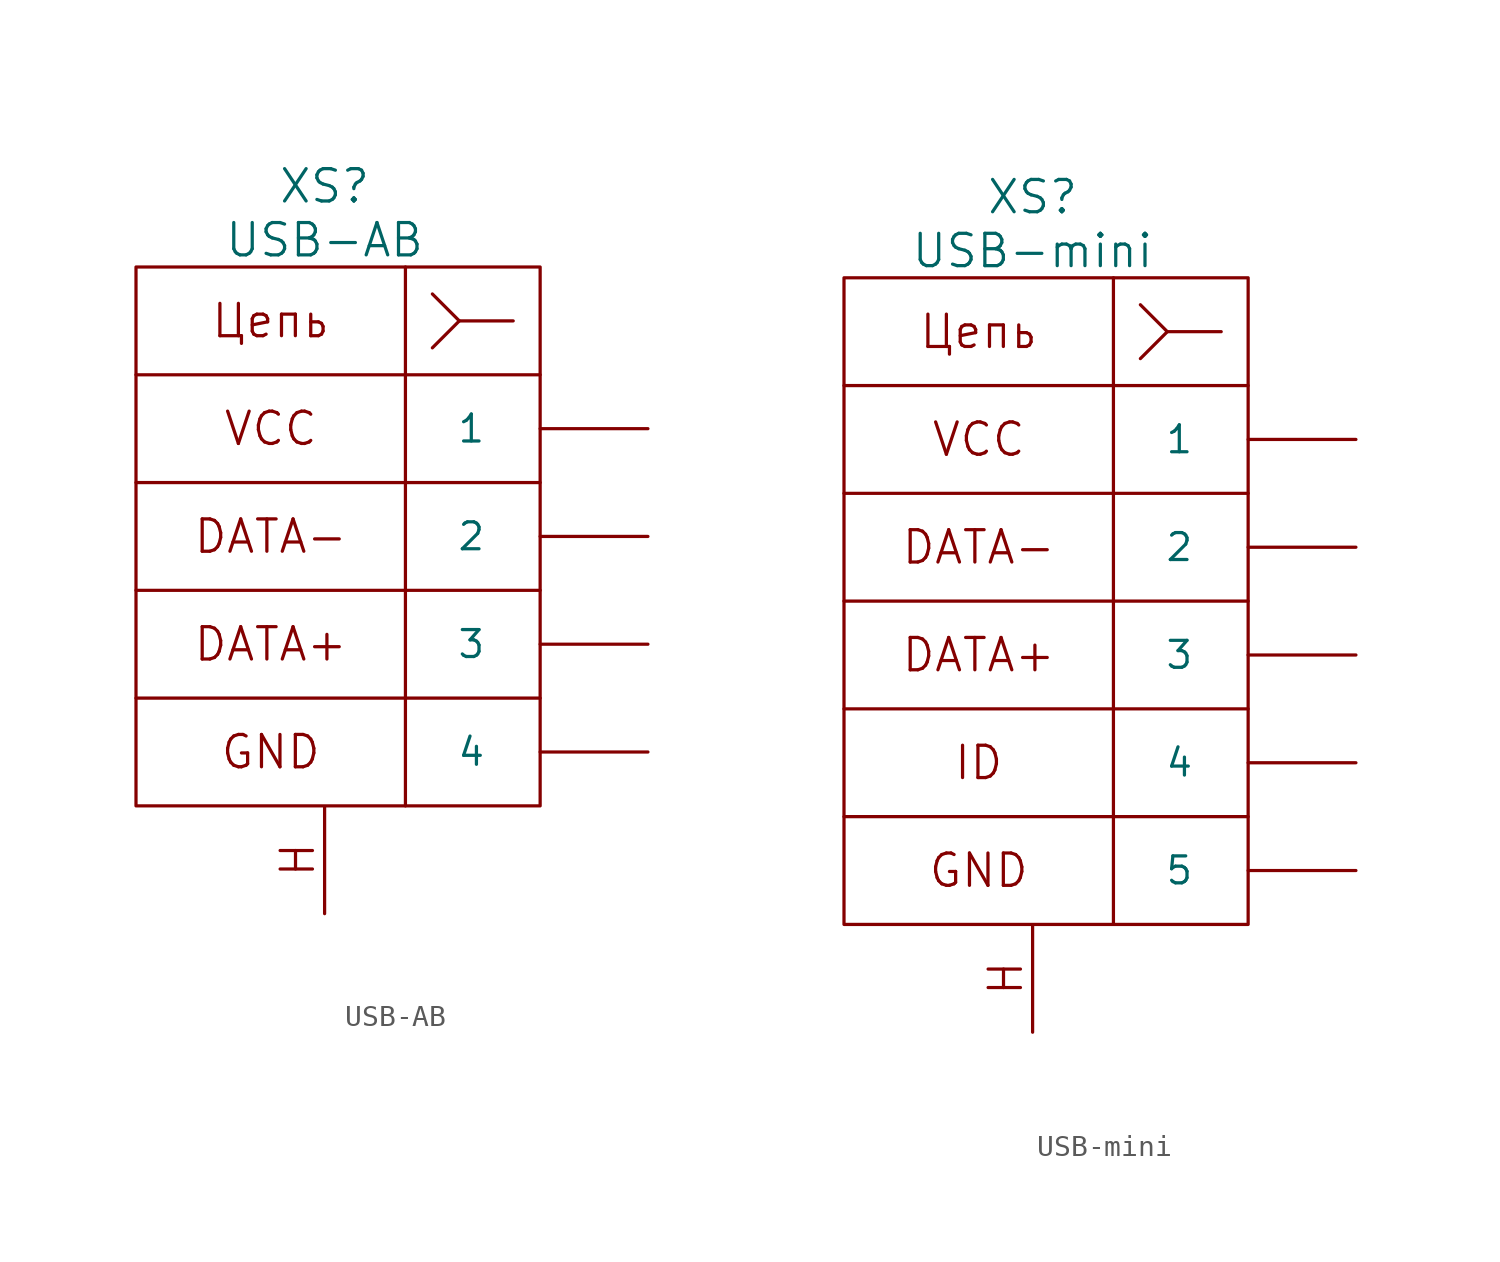
<source format=kicad_sym>
(kicad_symbol_lib
  (version 20220914)
  (generator kicad_symbol_editor)
  (symbol "USB-AB"
    (pin_numbers hide)
    (pin_names
      (offset 2.54))
    (property "Reference" "XS"
      (at 0 16.51 0)
      (do_not_autoplace)
      (effects (font (size 1.524 1.524))))
    (property "Value" "USB-AB"
      (at 0 13.97 0)
      (do_not_autoplace)
      (effects (font (size 1.524 1.524))))
    (property "Datasheet" ""
      (at 8.89 -13.97 0)
      (effects (font (size 1.524 1.524))))
    (symbol "USB-AB_0_0"
      (text "DATA+" (at -2.54 -5.08 0) (effects (font (size 1.524 1.524))))
      (text "DATA-" (at -2.54 0 0) (effects (font (size 1.524 1.524))))
      (text "GND" (at -2.54 -10.16 0) (effects (font (size 1.524 1.524))))
      (text "H" (at -1.27 -15.24 900) (effects (font (size 1.524 1.524))))
      (text "VCC" (at -2.54 5.08 0) (effects (font (size 1.524 1.524))))
      (text "Цепь" (at -2.54 10.16 0) (effects (font (size 1.524 1.524)))))
    (symbol "USB-AB_0_1"
      (rectangle (start -8.89 7.62) (end 10.16 -12.7) (stroke (width 0) (type solid)) (fill (type none)))
      (polyline (pts (xy -8.89 -7.62) (xy 10.16 -7.62)) (stroke (width 0) (type solid)) (fill (type none)))
      (polyline (pts (xy -8.89 -2.54) (xy 10.16 -2.54)) (stroke (width 0) (type solid)) (fill (type none)))
      (polyline (pts (xy 3.81 12.7) (xy 3.81 -12.7)) (stroke (width 0) (type solid)) (fill (type none)))
      (polyline (pts (xy 8.89 10.16) (xy 6.35 10.16)) (stroke (width 0) (type solid)) (fill (type none)))
      (polyline (pts (xy 10.16 2.54) (xy -8.89 2.54)) (stroke (width 0) (type solid)) (fill (type none)))
      (polyline (pts (xy 5.08 8.89) (xy 6.35 10.16) (xy 5.08 11.43)) (stroke (width 0) (type solid)) (fill (type none)))
      (polyline (pts (xy 10.16 7.62) (xy 10.16 12.7) (xy -8.89 12.7) (xy -8.89 7.62)) (stroke (width 0) (type solid)) (fill (type none))))
    (symbol "USB-AB_1_1"
      (pin power_out line (at 15.24 5.08 180) (length 5.08) (name "1" (effects (font (size 1.27 1.27)))) (number "1" (effects (font (size 1.27 1.27)))))
      (pin passive line (at 15.24 0 180) (length 5.08) (name "2" (effects (font (size 1.27 1.27)))) (number "2" (effects (font (size 1.27 1.27)))))
      (pin passive line (at 15.24 -5.08 180) (length 5.08) (name "3" (effects (font (size 1.27 1.27)))) (number "3" (effects (font (size 1.27 1.27)))))
      (pin power_out line (at 15.24 -10.16 180) (length 5.08) (name "4" (effects (font (size 1.27 1.27)))) (number "4" (effects (font (size 1.27 1.27)))))
      (pin passive line (at 0 -17.78 90) (length 5.004) (name "~" (effects (font (size 1.524 1.524)))) (number "SHLD" (effects (font (size 1.524 1.524)))))))
  (symbol "USB-mini"
    (pin_numbers hide)
    (pin_names
      (offset 2.54))
    (property "Reference" "XS"
      (at 0 19.05 0)
      (do_not_autoplace)
      (effects (font (size 1.524 1.524))))
    (property "Value" "USB-mini"
      (at 0 16.51 0)
      (do_not_autoplace)
      (effects (font (size 1.524 1.524))))
    (property "Datasheet" ""
      (at 8.89 -16.51 0)
      (effects (font (size 1.524 1.524))))
    (symbol "USB-mini_0_0"
      (text "DATA+" (at -2.54 -2.54 0) (effects (font (size 1.524 1.524))))
      (text "DATA-" (at -2.54 2.54 0) (effects (font (size 1.524 1.524))))
      (text "GND" (at -2.54 -12.7 0) (effects (font (size 1.524 1.524))))
      (text "H" (at -1.27 -17.78 900) (effects (font (size 1.524 1.524))))
      (text "ID" (at -2.54 -7.62 0) (effects (font (size 1.524 1.524))))
      (text "VCC" (at -2.54 7.62 0) (effects (font (size 1.524 1.524))))
      (text "Цепь" (at -2.54 12.7 0) (effects (font (size 1.524 1.524)))))
    (symbol "USB-mini_0_1"
      (rectangle (start -8.89 10.16) (end 10.16 -15.24) (stroke (width 0) (type solid)) (fill (type none)))
      (polyline (pts (xy -8.89 -10.16) (xy 10.16 -10.16)) (stroke (width 0) (type solid)) (fill (type none)))
      (polyline (pts (xy -8.89 -5.08) (xy 10.16 -5.08)) (stroke (width 0) (type solid)) (fill (type none)))
      (polyline (pts (xy -8.89 0) (xy 10.16 0)) (stroke (width 0) (type solid)) (fill (type none)))
      (polyline (pts (xy 3.81 15.24) (xy 3.81 -15.24)) (stroke (width 0) (type solid)) (fill (type none)))
      (polyline (pts (xy 8.89 12.7) (xy 6.35 12.7)) (stroke (width 0) (type solid)) (fill (type none)))
      (polyline (pts (xy 10.16 5.08) (xy -8.89 5.08)) (stroke (width 0) (type solid)) (fill (type none)))
      (polyline (pts (xy 5.08 11.43) (xy 6.35 12.7) (xy 5.08 13.97)) (stroke (width 0) (type solid)) (fill (type none)))
      (polyline (pts (xy 10.16 10.16) (xy 10.16 15.24) (xy -8.89 15.24) (xy -8.89 10.16)) (stroke (width 0) (type solid)) (fill (type none))))
    (symbol "USB-mini_1_1"
      (pin power_out line (at 15.24 7.62 180) (length 5.08) (name "1" (effects (font (size 1.27 1.27)))) (number "1" (effects (font (size 1.27 1.27)))))
      (pin passive line (at 15.24 2.54 180) (length 5.08) (name "2" (effects (font (size 1.27 1.27)))) (number "2" (effects (font (size 1.27 1.27)))))
      (pin passive line (at 15.24 -2.54 180) (length 5.08) (name "3" (effects (font (size 1.27 1.27)))) (number "3" (effects (font (size 1.27 1.27)))))
      (pin passive line (at 15.24 -7.62 180) (length 5.08) (name "4" (effects (font (size 1.27 1.27)))) (number "4" (effects (font (size 1.27 1.27)))))
      (pin power_out line (at 15.24 -12.7 180) (length 5.08) (name "5" (effects (font (size 1.27 1.27)))) (number "5" (effects (font (size 1.27 1.27)))))
      (pin passive line (at 0 -20.32 90) (length 5.004) (name "~" (effects (font (size 1.524 1.524)))) (number "SHLD" (effects (font (size 1.524 1.524))))))))
</source>
